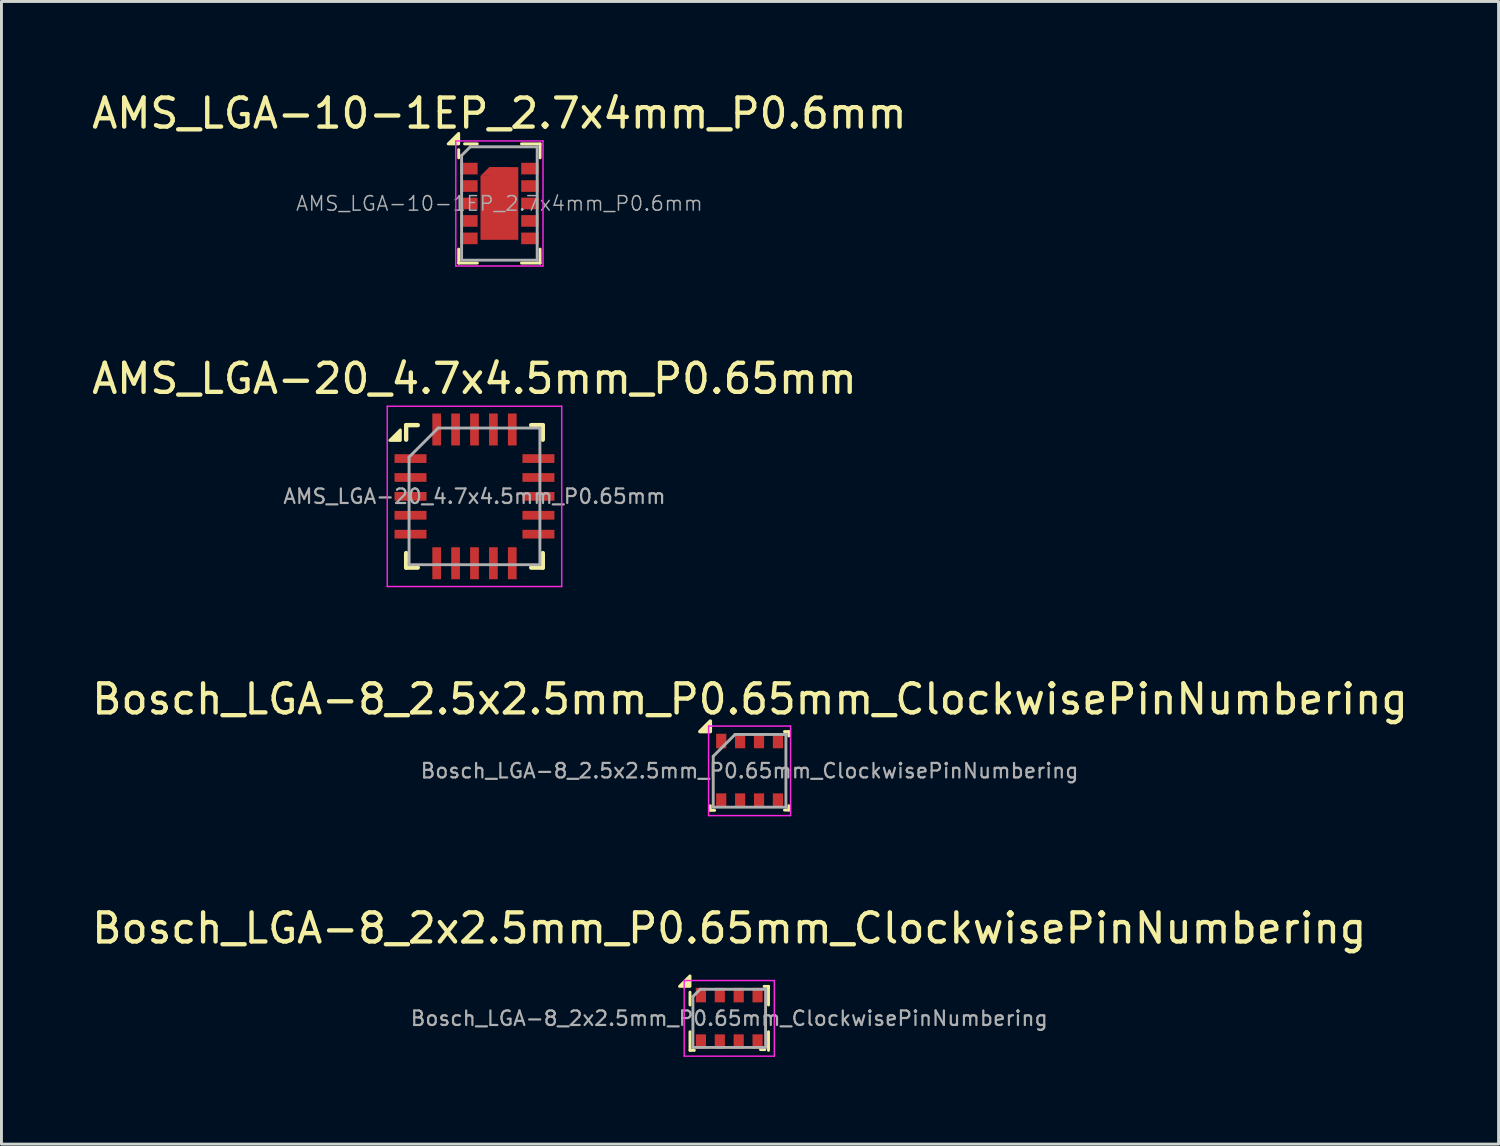
<source format=kicad_pcb>
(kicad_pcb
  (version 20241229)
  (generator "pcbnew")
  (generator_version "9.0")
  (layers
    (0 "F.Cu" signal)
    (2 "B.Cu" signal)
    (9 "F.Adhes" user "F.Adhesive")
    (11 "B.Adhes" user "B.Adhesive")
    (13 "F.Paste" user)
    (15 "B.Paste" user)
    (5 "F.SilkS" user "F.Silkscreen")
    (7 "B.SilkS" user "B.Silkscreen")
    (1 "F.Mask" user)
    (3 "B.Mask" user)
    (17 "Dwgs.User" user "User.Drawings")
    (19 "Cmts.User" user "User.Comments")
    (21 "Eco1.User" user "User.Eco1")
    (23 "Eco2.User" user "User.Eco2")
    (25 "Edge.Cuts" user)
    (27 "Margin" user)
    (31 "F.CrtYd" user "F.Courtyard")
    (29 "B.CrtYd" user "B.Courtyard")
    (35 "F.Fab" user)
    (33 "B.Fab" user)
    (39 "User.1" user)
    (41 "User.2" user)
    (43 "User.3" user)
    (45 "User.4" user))
  (footprint "Bosch_LGA-8_2.5x2.5mm_P0.65mm_ClockwisePinNumbering"
    (layer "F.Cu")
    (at 22.729 23.46)
    (property "Reference" "Bosch_LGA-8_2.5x2.5mm_P0.65mm_ClockwisePinNumbering" (at 0.015 -2.465 0) (layer "F.SilkS") (effects (font (size 1 1) (thickness 0.15))))
    (attr smd)
    (fp_line (start -1.35 1.35) (end -1.35 1.2) (stroke (width 0.1) (type solid)) (layer "F.SilkS"))
    (fp_line (start -1.35 1.36) (end -1.2 1.36) (stroke (width 0.1) (type solid)) (layer "F.SilkS"))
    (fp_line (start 1.2 -1.35) (end 1.35 -1.35) (stroke (width 0.1) (type solid)) (layer "F.SilkS"))
    (fp_line (start 1.35 -1.35) (end 1.35 -1.2) (stroke (width 0.1) (type solid)) (layer "F.SilkS"))
    (fp_line (start 1.35 1.35) (end 1.2 1.35) (stroke (width 0.1) (type solid)) (layer "F.SilkS"))
    (fp_line (start 1.35 1.35) (end 1.35 1.2) (stroke (width 0.1) (type solid)) (layer "F.SilkS"))
    (fp_poly (pts (xy -1.35 -1.35) (xy -1.71 -1.35) (xy -1.35 -1.71) (xy -1.35 -1.35)) (stroke (width 0.12) (type solid)) (fill yes) (layer "F.SilkS"))
    (fp_line (start -1.41 -1.54) (end 1.41 -1.54) (stroke (width 0.05) (type solid)) (layer "F.CrtYd"))
    (fp_line (start -1.41 1.54) (end -1.41 -1.54) (stroke (width 0.05) (type solid)) (layer "F.CrtYd"))
    (fp_line (start 1.41 -1.54) (end 1.41 1.54) (stroke (width 0.05) (type solid)) (layer "F.CrtYd"))
    (fp_line (start 1.41 1.54) (end -1.41 1.54) (stroke (width 0.05) (type solid)) (layer "F.CrtYd"))
    (fp_line (start -1.25 -0.5) (end -0.5 -1.25) (stroke (width 0.1) (type solid)) (layer "F.Fab"))
    (fp_line (start -1.25 1.25) (end -1.25 -0.5) (stroke (width 0.1) (type solid)) (layer "F.Fab"))
    (fp_line (start -0.5 -1.25) (end 1.25 -1.25) (stroke (width 0.1) (type solid)) (layer "F.Fab"))
    (fp_line (start 1.25 -1.25) (end 1.25 1.25) (stroke (width 0.1) (type solid)) (layer "F.Fab"))
    (fp_line (start 1.25 1.25) (end -1.25 1.25) (stroke (width 0.1) (type solid)) (layer "F.Fab"))
    (fp_text user "${REFERENCE}" (at 0 0 180) (layer "F.Fab") (effects (font (size 0.5 0.5) (thickness 0.075))))
    (pad "1" smd rect (at -0.975 -1.025 90) (size 0.5 0.35) (layers "F.Cu" "F.Mask" "F.Paste"))
    (pad "2" smd rect (at -0.325 -1.025 90) (size 0.5 0.35) (layers "F.Cu" "F.Mask" "F.Paste"))
    (pad "3" smd rect (at 0.325 -1.025 90) (size 0.5 0.35) (layers "F.Cu" "F.Mask" "F.Paste"))
    (pad "4" smd rect (at 0.975 -1.025 90) (size 0.5 0.35) (layers "F.Cu" "F.Mask" "F.Paste"))
    (pad "5" smd rect (at 0.975 1.025 90) (size 0.5 0.35) (layers "F.Cu" "F.Mask" "F.Paste"))
    (pad "6" smd rect (at 0.325 1.025 90) (size 0.5 0.35) (layers "F.Cu" "F.Mask" "F.Paste"))
    (pad "7" smd rect (at -0.325 1.025 90) (size 0.5 0.35) (layers "F.Cu" "F.Mask" "F.Paste"))
    (pad "8" smd rect (at -0.975 1.025 90) (size 0.5 0.35) (layers "F.Cu" "F.Mask" "F.Paste")))
  (footprint "AMS_LGA-20_4.7x4.5mm_P0.65mm"
    (layer "F.Cu")
    (at 13.268 14.021)
    (property "Reference" "AMS_LGA-20_4.7x4.5mm_P0.65mm" (at 0 -4.05 0) (layer "F.SilkS") (effects (font (size 1 1) (thickness 0.15))))
    (attr smd)
    (fp_line (start -2.35 -2.45) (end -1.95 -2.45) (stroke (width 0.15) (type solid)) (layer "F.SilkS"))
    (fp_line (start -2.35 -1.95) (end -2.35 -2.45) (stroke (width 0.15) (type solid)) (layer "F.SilkS"))
    (fp_line (start -2.35 2.45) (end -2.35 1.95) (stroke (width 0.15) (type solid)) (layer "F.SilkS"))
    (fp_line (start -1.95 2.45) (end -2.35 2.45) (stroke (width 0.15) (type solid)) (layer "F.SilkS"))
    (fp_line (start 1.95 -2.45) (end 2.35 -2.45) (stroke (width 0.15) (type solid)) (layer "F.SilkS"))
    (fp_line (start 1.95 2.45) (end 2.35 2.45) (stroke (width 0.15) (type solid)) (layer "F.SilkS"))
    (fp_line (start 2.35 -2.45) (end 2.35 -1.95) (stroke (width 0.15) (type solid)) (layer "F.SilkS"))
    (fp_line (start 2.35 2.45) (end 2.35 1.95) (stroke (width 0.15) (type solid)) (layer "F.SilkS"))
    (fp_poly (pts (xy -2.55 -1.925) (xy -2.91 -1.925) (xy -2.55 -2.285) (xy -2.55 -1.925)) (stroke (width 0.1) (type solid)) (fill yes) (layer "F.SilkS"))
    (fp_line (start -3 -3.1) (end 3 -3.1) (stroke (width 0.05) (type solid)) (layer "F.CrtYd"))
    (fp_line (start -3 3.1) (end -3 -3.1) (stroke (width 0.05) (type solid)) (layer "F.CrtYd"))
    (fp_line (start 3 -3.1) (end 3 3.1) (stroke (width 0.05) (type solid)) (layer "F.CrtYd"))
    (fp_line (start 3 3.1) (end -3 3.1) (stroke (width 0.05) (type solid)) (layer "F.CrtYd"))
    (fp_line (start -2.25 -1.35) (end -1.25 -2.35) (stroke (width 0.1) (type solid)) (layer "F.Fab"))
    (fp_line (start -2.25 2.35) (end -2.25 -1.35) (stroke (width 0.1) (type solid)) (layer "F.Fab"))
    (fp_line (start -1.25 -2.35) (end 2.25 -2.35) (stroke (width 0.1) (type solid)) (layer "F.Fab"))
    (fp_line (start 2.25 -2.35) (end 2.25 2.35) (stroke (width 0.1) (type solid)) (layer "F.Fab"))
    (fp_line (start 2.25 2.35) (end -2.25 2.35) (stroke (width 0.1) (type solid)) (layer "F.Fab"))
    (fp_text user "${REFERENCE}" (at 0 0 0) (layer "F.Fab") (effects (font (size 0.5 0.5) (thickness 0.075))))
    (pad "1" smd rect (at -2.2 -1.3 90) (size 0.3 1.1) (layers "F.Cu" "F.Mask" "F.Paste"))
    (pad "2" smd rect (at -2.2 -0.65 90) (size 0.3 1.1) (layers "F.Cu" "F.Mask" "F.Paste"))
    (pad "3" smd rect (at -2.2 0 90) (size 0.3 1.1) (layers "F.Cu" "F.Mask" "F.Paste"))
    (pad "4" smd rect (at -2.2 0.65 90) (size 0.3 1.1) (layers "F.Cu" "F.Mask" "F.Paste"))
    (pad "5" smd rect (at -2.2 1.3 90) (size 0.3 1.1) (layers "F.Cu" "F.Mask" "F.Paste"))
    (pad "6" smd rect (at -1.3 2.3) (size 0.3 1.1) (layers "F.Cu" "F.Mask" "F.Paste"))
    (pad "7" smd rect (at -0.65 2.3) (size 0.3 1.1) (layers "F.Cu" "F.Mask" "F.Paste"))
    (pad "8" smd rect (at 0 2.3) (size 0.3 1.1) (layers "F.Cu" "F.Mask" "F.Paste"))
    (pad "9" smd rect (at 0.65 2.3) (size 0.3 1.1) (layers "F.Cu" "F.Mask" "F.Paste"))
    (pad "10" smd rect (at 1.3 2.3) (size 0.3 1.1) (layers "F.Cu" "F.Mask" "F.Paste"))
    (pad "11" smd rect (at 2.2 1.3 90) (size 0.3 1.1) (layers "F.Cu" "F.Mask" "F.Paste"))
    (pad "12" smd rect (at 2.2 0.65 90) (size 0.3 1.1) (layers "F.Cu" "F.Mask" "F.Paste"))
    (pad "13" smd rect (at 2.2 0 90) (size 0.3 1.1) (layers "F.Cu" "F.Mask" "F.Paste"))
    (pad "14" smd rect (at 2.2 -0.65 90) (size 0.3 1.1) (layers "F.Cu" "F.Mask" "F.Paste"))
    (pad "15" smd rect (at 2.2 -1.3 90) (size 0.3 1.1) (layers "F.Cu" "F.Mask" "F.Paste"))
    (pad "16" smd rect (at 1.3 -2.3) (size 0.3 1.1) (layers "F.Cu" "F.Mask" "F.Paste"))
    (pad "17" smd rect (at 0.65 -2.3) (size 0.3 1.1) (layers "F.Cu" "F.Mask" "F.Paste"))
    (pad "18" smd rect (at 0 -2.3) (size 0.3 1.1) (layers "F.Cu" "F.Mask" "F.Paste"))
    (pad "19" smd rect (at -0.65 -2.3) (size 0.3 1.1) (layers "F.Cu" "F.Mask" "F.Paste"))
    (pad "20" smd rect (at -1.3 -2.3) (size 0.3 1.1) (layers "F.Cu" "F.Mask" "F.Paste")))
  (footprint "Bosch_LGA-8_2x2.5mm_P0.65mm_ClockwisePinNumbering"
    (layer "F.Cu")
    (at 22.03 31.973)
    (property "Reference" "Bosch_LGA-8_2x2.5mm_P0.65mm_ClockwisePinNumbering" (at 0 -3.1 0) (layer "F.SilkS") (effects (font (size 1 1) (thickness 0.15))))
    (attr smd)
    (fp_line (start -1.35 -0.46) (end -1.35 -0.9) (stroke (width 0.1) (type solid)) (layer "F.SilkS"))
    (fp_line (start -1.35 1.1) (end -1.35 0.46) (stroke (width 0.1) (type solid)) (layer "F.SilkS"))
    (fp_line (start -1.35 1.1) (end -1.2 1.1) (stroke (width 0.1) (type solid)) (layer "F.SilkS"))
    (fp_line (start 1.075 1.075) (end 1.225 1.075) (stroke (width 0.1) (type solid)) (layer "F.SilkS"))
    (fp_line (start 1.2 -1.1) (end 1.35 -1.1) (stroke (width 0.1) (type solid)) (layer "F.SilkS"))
    (fp_line (start 1.35 -0.46) (end 1.35 -1.1) (stroke (width 0.1) (type solid)) (layer "F.SilkS"))
    (fp_line (start 1.35 1.1) (end 1.35 0.46) (stroke (width 0.1) (type solid)) (layer "F.SilkS"))
    (fp_poly (pts (xy -1.35 -1.1) (xy -1.71 -1.1) (xy -1.35 -1.46) (xy -1.35 -1.1)) (stroke (width 0.1) (type solid)) (fill yes) (layer "F.SilkS"))
    (fp_line (start -1.55 -1.3) (end 1.55 -1.3) (stroke (width 0.05) (type solid)) (layer "F.CrtYd"))
    (fp_line (start -1.55 1.3) (end -1.55 -1.3) (stroke (width 0.05) (type solid)) (layer "F.CrtYd"))
    (fp_line (start 1.55 -1.3) (end 1.55 1.3) (stroke (width 0.05) (type solid)) (layer "F.CrtYd"))
    (fp_line (start 1.55 1.3) (end -1.55 1.3) (stroke (width 0.05) (type solid)) (layer "F.CrtYd"))
    (fp_line (start -1.25 1) (end -1.25 -0.75) (stroke (width 0.1) (type solid)) (layer "F.Fab"))
    (fp_line (start -1.25 1) (end 1.25 1) (stroke (width 0.1) (type solid)) (layer "F.Fab"))
    (fp_line (start -1 -1) (end -1.25 -0.75) (stroke (width 0.1) (type solid)) (layer "F.Fab"))
    (fp_line (start 1.25 -1) (end -1 -1) (stroke (width 0.1) (type solid)) (layer "F.Fab"))
    (fp_line (start 1.25 -1) (end 1.25 1) (stroke (width 0.1) (type solid)) (layer "F.Fab"))
    (fp_text user "${REFERENCE}" (at 0 0 0) (layer "F.Fab") (effects (font (size 0.5 0.5) (thickness 0.075))))
    (pad "1" smd rect (at -0.975 -0.8 90) (size 0.5 0.35) (layers "F.Cu" "F.Mask" "F.Paste"))
    (pad "2" smd rect (at -0.325 -0.8 90) (size 0.5 0.35) (layers "F.Cu" "F.Mask" "F.Paste"))
    (pad "3" smd rect (at 0.325 -0.8 90) (size 0.5 0.35) (layers "F.Cu" "F.Mask" "F.Paste"))
    (pad "4" smd rect (at 0.975 -0.8 90) (size 0.5 0.35) (layers "F.Cu" "F.Mask" "F.Paste"))
    (pad "5" smd rect (at 0.975 0.8 90) (size 0.5 0.35) (layers "F.Cu" "F.Mask" "F.Paste"))
    (pad "6" smd rect (at 0.325 0.8 90) (size 0.5 0.35) (layers "F.Cu" "F.Mask" "F.Paste"))
    (pad "7" smd rect (at -0.325 0.8 90) (size 0.5 0.35) (layers "F.Cu" "F.Mask" "F.Paste"))
    (pad "8" smd rect (at -0.975 0.8 90) (size 0.5 0.35) (layers "F.Cu" "F.Mask" "F.Paste")))
  (footprint "AMS_LGA-10-1EP_2.7x4mm_P0.6mm"
    (layer "F.Cu")
    (at 14.125 3.948)
    (property "Reference" "AMS_LGA-10-1EP_2.7x4mm_P0.6mm" (at 0 -3.1 0) (layer "F.SilkS") (effects (font (size 1 1) (thickness 0.15))))
    (attr smd)
    (fp_line (start -1.4 -1.85) (end -1.4 -1.57) (stroke (width 0.1) (type solid)) (layer "F.SilkS"))
    (fp_line (start -1.4 1.57) (end -1.4 2.05) (stroke (width 0.1) (type solid)) (layer "F.SilkS"))
    (fp_line (start -1.4 2.05) (end -0.76 2.05) (stroke (width 0.1) (type solid)) (layer "F.SilkS"))
    (fp_line (start -1.2 -2.05) (end -0.76 -2.05) (stroke (width 0.1) (type solid)) (layer "F.SilkS"))
    (fp_line (start 0.76 -2.05) (end 1.4 -2.05) (stroke (width 0.1) (type solid)) (layer "F.SilkS"))
    (fp_line (start 0.76 2.05) (end 1.4 2.05) (stroke (width 0.1) (type solid)) (layer "F.SilkS"))
    (fp_line (start 1.4 -2.05) (end 1.4 -1.57) (stroke (width 0.1) (type solid)) (layer "F.SilkS"))
    (fp_line (start 1.4 1.57) (end 1.4 2.05) (stroke (width 0.1) (type solid)) (layer "F.SilkS"))
    (fp_poly (pts (xy -1.4 -2.05) (xy -1.76 -2.05) (xy -1.4 -2.41) (xy -1.4 -2.05)) (stroke (width 0.1) (type solid)) (fill yes) (layer "F.SilkS"))
    (fp_line (start -1.5 -2.15) (end 1.5 -2.15) (stroke (width 0.05) (type solid)) (layer "F.CrtYd"))
    (fp_line (start -1.5 2.15) (end -1.5 -2.15) (stroke (width 0.05) (type solid)) (layer "F.CrtYd"))
    (fp_line (start 1.5 -2.15) (end 1.5 2.15) (stroke (width 0.05) (type solid)) (layer "F.CrtYd"))
    (fp_line (start 1.5 2.15) (end -1.5 2.15) (stroke (width 0.05) (type solid)) (layer "F.CrtYd"))
    (fp_line (start -1.3 -1.65) (end -1 -1.95) (stroke (width 0.1) (type solid)) (layer "F.Fab"))
    (fp_line (start -1.3 1.95) (end -1.3 -1.65) (stroke (width 0.1) (type solid)) (layer "F.Fab"))
    (fp_line (start -1 -1.95) (end 1.3 -1.95) (stroke (width 0.1) (type solid)) (layer "F.Fab"))
    (fp_line (start 1.3 -1.95) (end 1.3 1.95) (stroke (width 0.1) (type solid)) (layer "F.Fab"))
    (fp_line (start 1.3 1.95) (end -1.3 1.95) (stroke (width 0.1) (type solid)) (layer "F.Fab"))
    (fp_text user "${REFERENCE}" (at 0 0 0) (layer "F.Fab") (effects (font (size 0.5 0.5) (thickness 0.05))))
    (pad "1" smd rect (at -1.05 -1.2) (size 0.6 0.4) (layers "F.Cu" "F.Mask" "F.Paste"))
    (pad "2" smd rect (at -1.05 -0.6) (size 0.6 0.4) (layers "F.Cu" "F.Mask" "F.Paste"))
    (pad "3" smd rect (at -1.05 0) (size 0.6 0.4) (layers "F.Cu" "F.Mask" "F.Paste"))
    (pad "4" smd rect (at -1.05 0.6) (size 0.6 0.4) (layers "F.Cu" "F.Mask" "F.Paste"))
    (pad "5" smd rect (at -1.05 1.2) (size 0.6 0.4) (layers "F.Cu" "F.Mask" "F.Paste"))
    (pad "6" smd rect (at 1.05 1.2) (size 0.6 0.4) (layers "F.Cu" "F.Mask" "F.Paste"))
    (pad "7" smd rect (at 1.05 0.6) (size 0.6 0.4) (layers "F.Cu" "F.Mask" "F.Paste"))
    (pad "8" smd rect (at 1.05 0) (size 0.6 0.4) (layers "F.Cu" "F.Mask" "F.Paste"))
    (pad "9" smd rect (at 1.05 -0.6) (size 0.6 0.4) (layers "F.Cu" "F.Mask" "F.Paste"))
    (pad "10" smd rect (at 1.05 -1.2) (size 0.6 0.4) (layers "F.Cu" "F.Mask" "F.Paste"))
    (pad "11" smd trapezoid (at 0 -1.1) (size 1 0.3) (rect_delta 0 0.3) (layers "F.Cu" "F.Mask" "F.Paste"))
    (pad "11" smd rect (at 0 0.15) (size 1.3 2.2) (layers "F.Cu" "F.Mask" "F.Paste"))
    (pad "11" smd rect (at 0.15 -1.1) (size 1 0.3) (layers "F.Cu" "F.Mask" "F.Paste")))
  (gr_rect
    (start -3 -3)
    (end 48.488 36.298)
    (stroke (width 0.1) (type default))
    (fill no)
    (layer "Edge.Cuts")))
</source>
